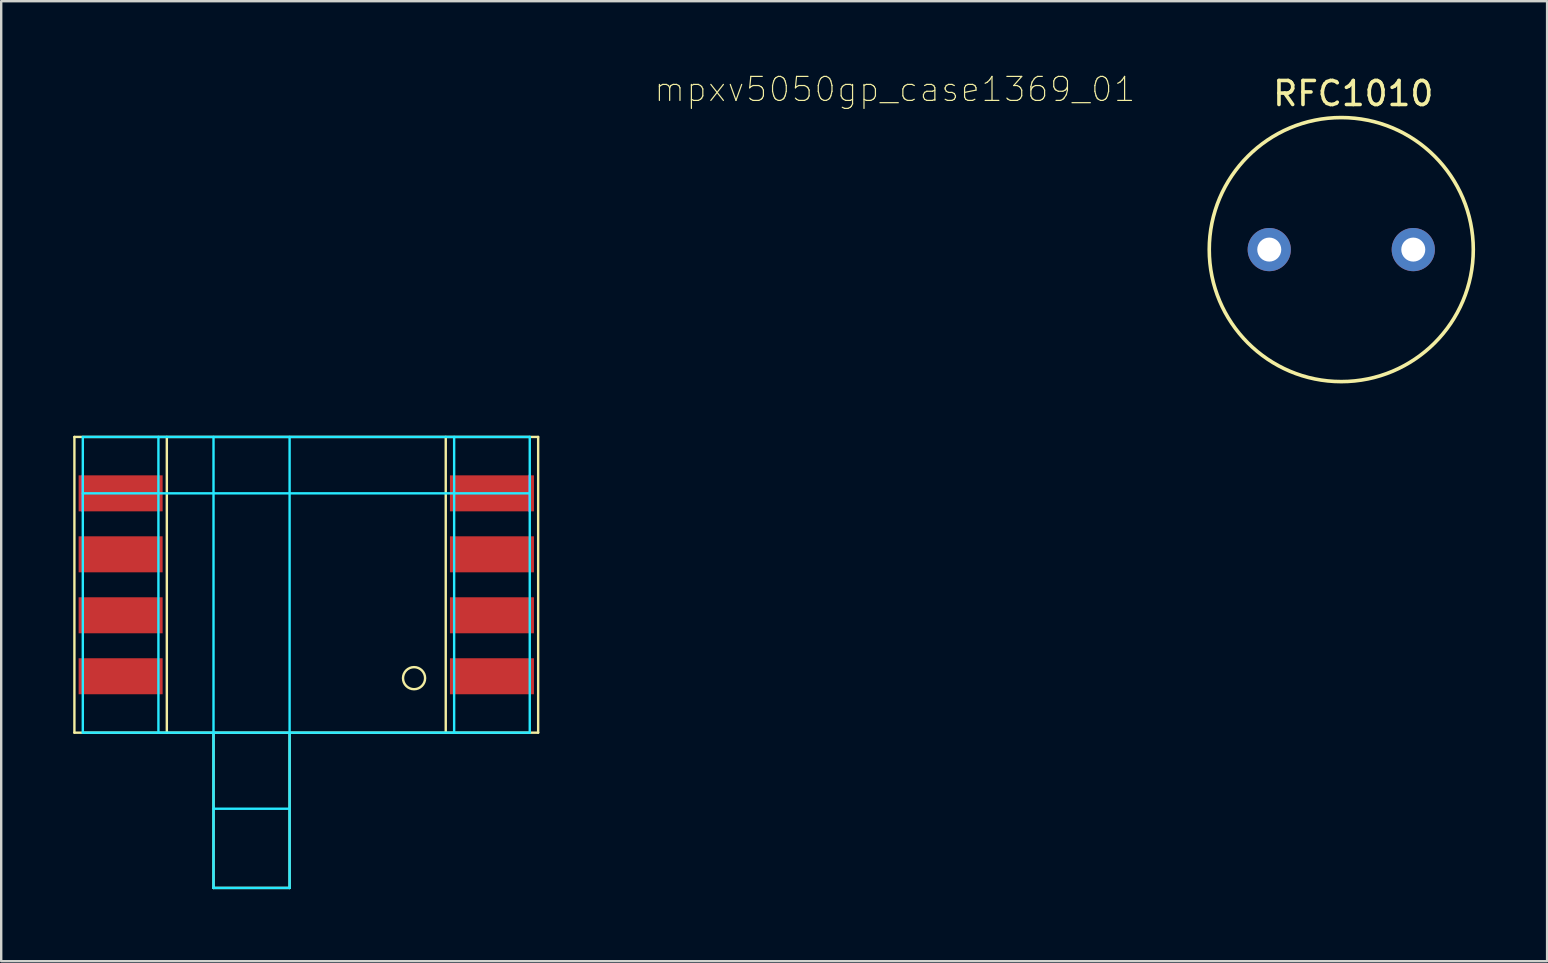
<source format=kicad_pcb>
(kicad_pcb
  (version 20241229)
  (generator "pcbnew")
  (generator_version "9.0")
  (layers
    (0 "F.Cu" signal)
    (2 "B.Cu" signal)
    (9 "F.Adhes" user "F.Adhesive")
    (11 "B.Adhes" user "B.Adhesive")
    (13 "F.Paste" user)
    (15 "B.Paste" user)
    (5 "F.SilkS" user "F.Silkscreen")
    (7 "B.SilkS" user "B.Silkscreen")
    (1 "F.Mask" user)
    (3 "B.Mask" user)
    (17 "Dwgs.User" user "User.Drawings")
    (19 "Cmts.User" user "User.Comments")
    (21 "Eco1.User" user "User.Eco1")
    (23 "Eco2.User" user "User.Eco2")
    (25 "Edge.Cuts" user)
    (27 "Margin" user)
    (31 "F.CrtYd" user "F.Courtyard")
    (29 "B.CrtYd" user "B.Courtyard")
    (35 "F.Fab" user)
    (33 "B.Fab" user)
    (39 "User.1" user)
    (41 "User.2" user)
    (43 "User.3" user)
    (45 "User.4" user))
  (footprint "RFC1010"
    (layer "F.Cu")
    (at 52.828 7.348)
    (property "Reference" "RFC1010" (at 0.5 -6.5 0) (layer "F.SilkS") (effects (font (size 1 1) (thickness 0.15))))
    (attr through_hole)
    (fp_circle (center 0 0) (end 5.5 0) (stroke (width 0.15) (type solid)) (fill no) (layer "F.SilkS"))
    (pad "1" thru_hole circle (at -3 0) (size 1.8 1.8) (drill 1) (layers "*.Cu" "F.Mask" "F.Paste"))
    (pad "2" thru_hole circle (at 3 0) (size 1.8 1.8) (drill 1) (layers "*.Cu" "F.Mask" "F.Paste")))
  (footprint "mpxv5050gp_case1369_01"
    (layer "F.Cu")
    (at 9.71 17.503)
    (property "Reference" "mpxv5050gp_case1369_01" (at 24.52 -16.83 0) (layer "F.SilkS") (effects (font (size 1 1) (thickness 0.05))))
    (attr through_hole)
    (fp_line (start -9.66 -2.35) (end -9.66 9.97) (stroke (width 0.1) (type solid)) (layer "F.SilkS"))
    (fp_line (start -9.66 -2.35) (end 9.66 -2.35) (stroke (width 0.1) (type solid)) (layer "F.SilkS"))
    (fp_line (start -5.81 -2.35) (end -5.81 9.97) (stroke (width 0.1) (type solid)) (layer "F.SilkS"))
    (fp_line (start -3.865 9.97) (end -3.865 16.44) (stroke (width 0.1) (type solid)) (layer "F.SilkS"))
    (fp_line (start -0.695 9.97) (end -0.695 16.44) (stroke (width 0.1) (type solid)) (layer "F.SilkS"))
    (fp_line (start -0.695 16.44) (end -3.865 16.44) (stroke (width 0.1) (type solid)) (layer "F.SilkS"))
    (fp_line (start 5.81 -2.35) (end 5.81 9.97) (stroke (width 0.1) (type solid)) (layer "F.SilkS"))
    (fp_line (start 9.66 -2.35) (end 9.66 9.97) (stroke (width 0.1) (type solid)) (layer "F.SilkS"))
    (fp_line (start 9.66 9.97) (end -9.66 9.97) (stroke (width 0.1) (type solid)) (layer "F.SilkS"))
    (fp_circle (center 4.49 7.7) (end 4.95 7.69) (stroke (width 0.1) (type solid)) (fill no) (layer "F.SilkS"))
    (fp_line (start -9.31 -2.35) (end -9.31 9.97) (stroke (width 0.1) (type solid)) (layer "B.CrtYd"))
    (fp_line (start -9.31 -2.35) (end 9.31 -2.35) (stroke (width 0.1) (type solid)) (layer "B.CrtYd"))
    (fp_line (start -6.16 -2.35) (end -6.16 9.97) (stroke (width 0.1) (type solid)) (layer "B.CrtYd"))
    (fp_line (start -3.865 -2.35) (end -3.865 16.44) (stroke (width 0.1) (type solid)) (layer "B.CrtYd"))
    (fp_line (start -0.695 -2.35) (end -0.695 16.44) (stroke (width 0.1) (type solid)) (layer "B.CrtYd"))
    (fp_line (start -0.695 13.14) (end -3.865 13.14) (stroke (width 0.1) (type solid)) (layer "B.CrtYd"))
    (fp_line (start -0.695 16.44) (end -3.865 16.44) (stroke (width 0.1) (type solid)) (layer "B.CrtYd"))
    (fp_line (start 6.16 -2.35) (end 6.16 9.97) (stroke (width 0.1) (type solid)) (layer "B.CrtYd"))
    (fp_line (start 9.31 -2.35) (end 9.31 9.97) (stroke (width 0.1) (type solid)) (layer "B.CrtYd"))
    (fp_line (start 9.31 0) (end -9.31 0) (stroke (width 0.1) (type solid)) (layer "B.CrtYd"))
    (fp_line (start 9.31 9.97) (end -9.31 9.97) (stroke (width 0.1) (type solid)) (layer "B.CrtYd"))
    (fp_line (start -9.31 0.75) (end -9.31 -0.75) (stroke (width 0.1) (type solid)) (layer "F.CrtYd"))
    (fp_line (start 9.31 0.75) (end 9.31 -0.75) (stroke (width 0.1) (type solid)) (layer "F.CrtYd"))
    (pad "1" smd rect (at 7.735 7.62) (size 3.5 1.5) (layers "F.Cu" "F.Mask" "F.Paste"))
    (pad "2" smd rect (at 7.735 5.08) (size 3.5 1.5) (layers "F.Cu" "F.Mask" "F.Paste"))
    (pad "3" smd rect (at 7.735 2.54) (size 3.5 1.5) (layers "F.Cu" "F.Mask" "F.Paste"))
    (pad "4" smd rect (at 7.735 0) (size 3.5 1.5) (layers "F.Cu" "F.Mask" "F.Paste"))
    (pad "5" smd rect (at -7.735 0) (size 3.5 1.5) (layers "F.Cu" "F.Mask" "F.Paste"))
    (pad "6" smd rect (at -7.735 2.54) (size 3.5 1.5) (layers "F.Cu" "F.Mask" "F.Paste"))
    (pad "7" smd rect (at -7.735 5.08) (size 3.5 1.5) (layers "F.Cu" "F.Mask" "F.Paste"))
    (pad "8" smd rect (at -7.735 7.62) (size 3.5 1.5) (layers "F.Cu" "F.Mask" "F.Paste")))
  (gr_rect
    (start -3 -3)
    (end 61.403 36.993)
    (stroke (width 0.1) (type default))
    (fill no)
    (layer "Edge.Cuts")))
</source>
